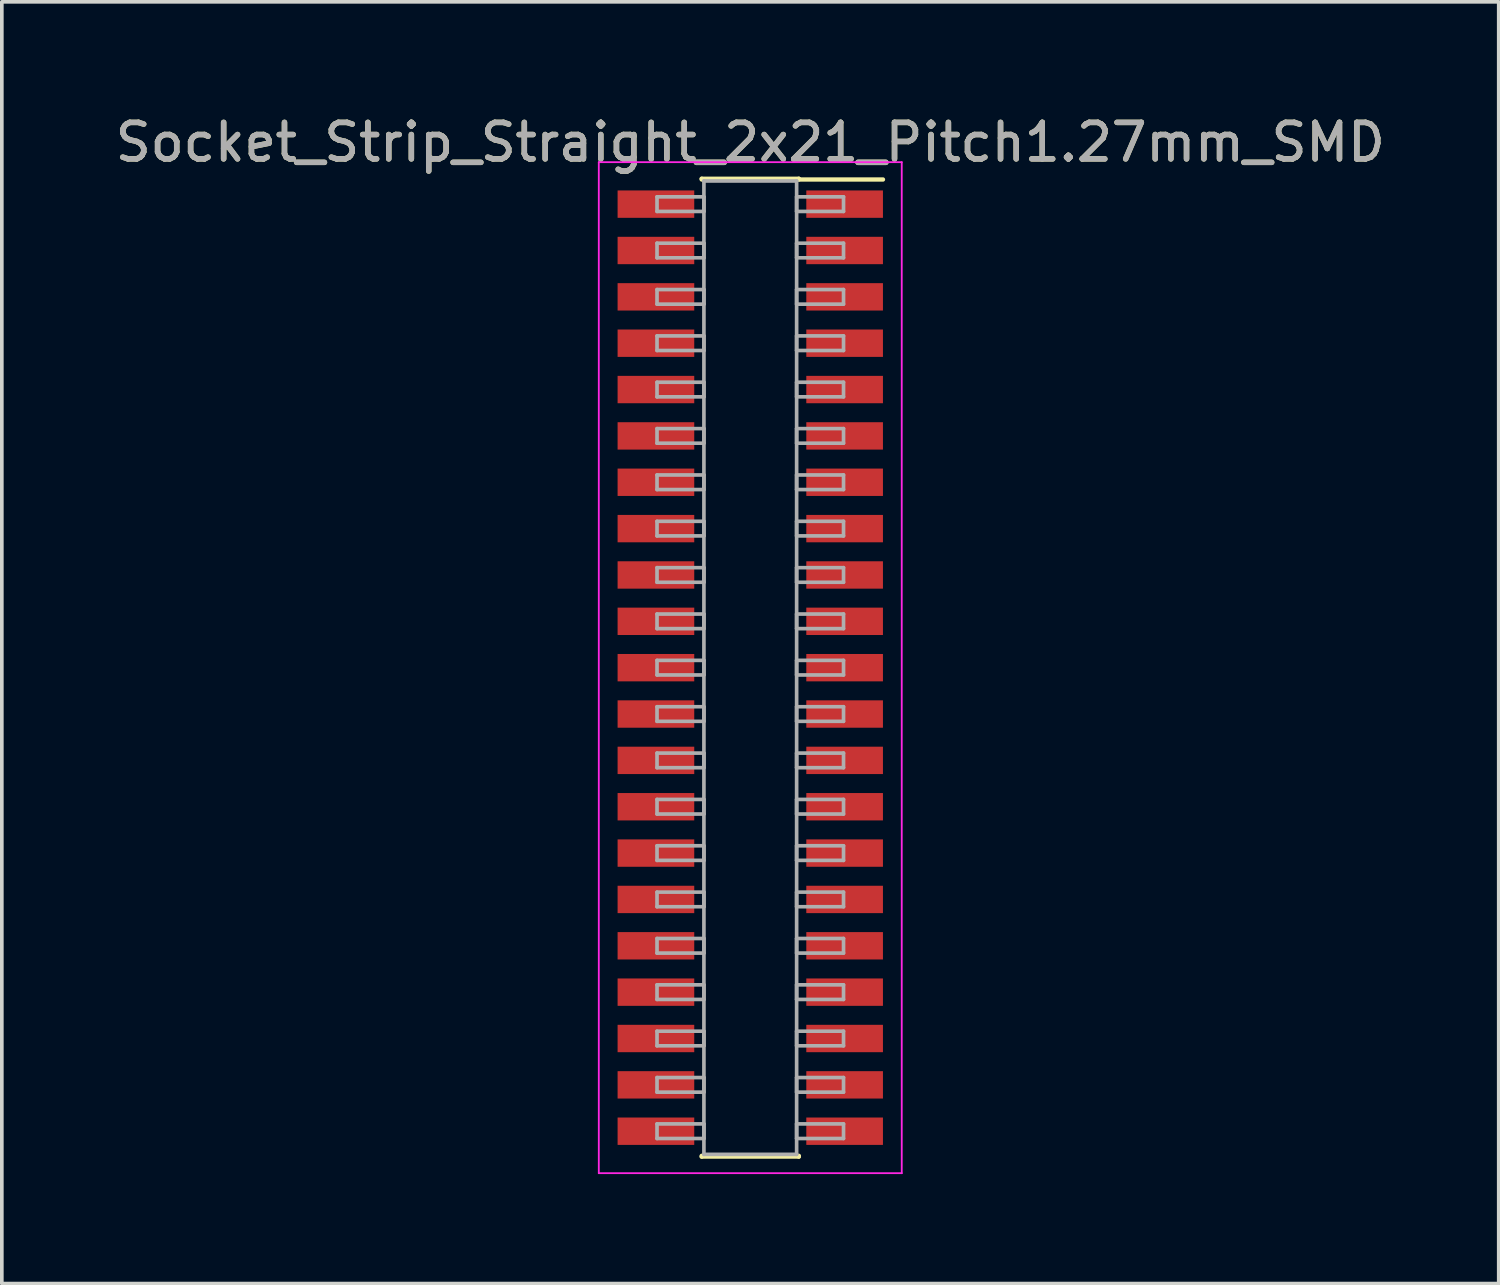
<source format=kicad_pcb>
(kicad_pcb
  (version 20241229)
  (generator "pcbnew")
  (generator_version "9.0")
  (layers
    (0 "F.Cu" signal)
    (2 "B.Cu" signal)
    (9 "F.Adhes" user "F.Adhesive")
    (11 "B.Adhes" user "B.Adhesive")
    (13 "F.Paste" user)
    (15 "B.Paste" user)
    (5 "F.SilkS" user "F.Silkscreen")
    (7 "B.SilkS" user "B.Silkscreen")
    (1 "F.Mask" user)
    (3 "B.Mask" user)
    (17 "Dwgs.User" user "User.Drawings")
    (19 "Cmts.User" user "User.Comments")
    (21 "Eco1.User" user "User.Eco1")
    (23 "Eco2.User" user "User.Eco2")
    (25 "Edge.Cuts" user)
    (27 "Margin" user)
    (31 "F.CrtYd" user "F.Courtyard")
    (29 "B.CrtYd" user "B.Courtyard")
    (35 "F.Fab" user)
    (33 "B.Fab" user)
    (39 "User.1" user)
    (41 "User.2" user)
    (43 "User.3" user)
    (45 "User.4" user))
  (footprint "Socket_Strip_Straight_2x21_Pitch1.27mm_SMD"
    (layer "F.Cu")
    (at 17.506 15.243)
    (property "Reference" "Socket_Strip_Straight_2x21_Pitch1.27mm_SMD" (at 0 -14.395 0) (layer "F.SilkS") (effects (font (size 1 1) (thickness 0.15))))
    (attr smd)
    (fp_line (start -1.33 -13.395) (end 1.33 -13.395) (stroke (width 0.12) (type solid)) (layer "F.SilkS"))
    (fp_line (start -1.33 -13.375) (end -1.33 -13.395) (stroke (width 0.12) (type solid)) (layer "F.SilkS"))
    (fp_line (start -1.33 13.375) (end -1.33 13.395) (stroke (width 0.12) (type solid)) (layer "F.SilkS"))
    (fp_line (start -1.33 13.395) (end 1.33 13.395) (stroke (width 0.12) (type solid)) (layer "F.SilkS"))
    (fp_line (start 1.33 -13.395) (end 1.33 -13.375) (stroke (width 0.12) (type solid)) (layer "F.SilkS"))
    (fp_line (start 1.33 13.395) (end 1.33 13.375) (stroke (width 0.12) (type solid)) (layer "F.SilkS"))
    (fp_line (start 3.635 -13.375) (end 1.33 -13.375) (stroke (width 0.12) (type solid)) (layer "F.SilkS"))
    (fp_line (start -4.15 -13.85) (end -4.15 13.85) (stroke (width 0.05) (type solid)) (layer "F.CrtYd"))
    (fp_line (start -4.15 13.85) (end 4.15 13.85) (stroke (width 0.05) (type solid)) (layer "F.CrtYd"))
    (fp_line (start 4.15 -13.85) (end -4.15 -13.85) (stroke (width 0.05) (type solid)) (layer "F.CrtYd"))
    (fp_line (start 4.15 13.85) (end 4.15 -13.85) (stroke (width 0.05) (type solid)) (layer "F.CrtYd"))
    (fp_line (start -2.555 -12.9) (end -1.27 -12.9) (stroke (width 0.1) (type solid)) (layer "F.Fab"))
    (fp_line (start -2.555 -12.5) (end -2.555 -12.9) (stroke (width 0.1) (type solid)) (layer "F.Fab"))
    (fp_line (start -2.555 -11.63) (end -1.27 -11.63) (stroke (width 0.1) (type solid)) (layer "F.Fab"))
    (fp_line (start -2.555 -11.23) (end -2.555 -11.63) (stroke (width 0.1) (type solid)) (layer "F.Fab"))
    (fp_line (start -2.555 -10.36) (end -1.27 -10.36) (stroke (width 0.1) (type solid)) (layer "F.Fab"))
    (fp_line (start -2.555 -9.96) (end -2.555 -10.36) (stroke (width 0.1) (type solid)) (layer "F.Fab"))
    (fp_line (start -2.555 -9.09) (end -1.27 -9.09) (stroke (width 0.1) (type solid)) (layer "F.Fab"))
    (fp_line (start -2.555 -8.69) (end -2.555 -9.09) (stroke (width 0.1) (type solid)) (layer "F.Fab"))
    (fp_line (start -2.555 -7.82) (end -1.27 -7.82) (stroke (width 0.1) (type solid)) (layer "F.Fab"))
    (fp_line (start -2.555 -7.42) (end -2.555 -7.82) (stroke (width 0.1) (type solid)) (layer "F.Fab"))
    (fp_line (start -2.555 -6.55) (end -1.27 -6.55) (stroke (width 0.1) (type solid)) (layer "F.Fab"))
    (fp_line (start -2.555 -6.15) (end -2.555 -6.55) (stroke (width 0.1) (type solid)) (layer "F.Fab"))
    (fp_line (start -2.555 -5.28) (end -1.27 -5.28) (stroke (width 0.1) (type solid)) (layer "F.Fab"))
    (fp_line (start -2.555 -4.88) (end -2.555 -5.28) (stroke (width 0.1) (type solid)) (layer "F.Fab"))
    (fp_line (start -2.555 -4.01) (end -1.27 -4.01) (stroke (width 0.1) (type solid)) (layer "F.Fab"))
    (fp_line (start -2.555 -3.61) (end -2.555 -4.01) (stroke (width 0.1) (type solid)) (layer "F.Fab"))
    (fp_line (start -2.555 -2.74) (end -1.27 -2.74) (stroke (width 0.1) (type solid)) (layer "F.Fab"))
    (fp_line (start -2.555 -2.34) (end -2.555 -2.74) (stroke (width 0.1) (type solid)) (layer "F.Fab"))
    (fp_line (start -2.555 -1.47) (end -1.27 -1.47) (stroke (width 0.1) (type solid)) (layer "F.Fab"))
    (fp_line (start -2.555 -1.07) (end -2.555 -1.47) (stroke (width 0.1) (type solid)) (layer "F.Fab"))
    (fp_line (start -2.555 -0.2) (end -1.27 -0.2) (stroke (width 0.1) (type solid)) (layer "F.Fab"))
    (fp_line (start -2.555 0.2) (end -2.555 -0.2) (stroke (width 0.1) (type solid)) (layer "F.Fab"))
    (fp_line (start -2.555 1.07) (end -1.27 1.07) (stroke (width 0.1) (type solid)) (layer "F.Fab"))
    (fp_line (start -2.555 1.47) (end -2.555 1.07) (stroke (width 0.1) (type solid)) (layer "F.Fab"))
    (fp_line (start -2.555 2.34) (end -1.27 2.34) (stroke (width 0.1) (type solid)) (layer "F.Fab"))
    (fp_line (start -2.555 2.74) (end -2.555 2.34) (stroke (width 0.1) (type solid)) (layer "F.Fab"))
    (fp_line (start -2.555 3.61) (end -1.27 3.61) (stroke (width 0.1) (type solid)) (layer "F.Fab"))
    (fp_line (start -2.555 4.01) (end -2.555 3.61) (stroke (width 0.1) (type solid)) (layer "F.Fab"))
    (fp_line (start -2.555 4.88) (end -1.27 4.88) (stroke (width 0.1) (type solid)) (layer "F.Fab"))
    (fp_line (start -2.555 5.28) (end -2.555 4.88) (stroke (width 0.1) (type solid)) (layer "F.Fab"))
    (fp_line (start -2.555 6.15) (end -1.27 6.15) (stroke (width 0.1) (type solid)) (layer "F.Fab"))
    (fp_line (start -2.555 6.55) (end -2.555 6.15) (stroke (width 0.1) (type solid)) (layer "F.Fab"))
    (fp_line (start -2.555 7.42) (end -1.27 7.42) (stroke (width 0.1) (type solid)) (layer "F.Fab"))
    (fp_line (start -2.555 7.82) (end -2.555 7.42) (stroke (width 0.1) (type solid)) (layer "F.Fab"))
    (fp_line (start -2.555 8.69) (end -1.27 8.69) (stroke (width 0.1) (type solid)) (layer "F.Fab"))
    (fp_line (start -2.555 9.09) (end -2.555 8.69) (stroke (width 0.1) (type solid)) (layer "F.Fab"))
    (fp_line (start -2.555 9.96) (end -1.27 9.96) (stroke (width 0.1) (type solid)) (layer "F.Fab"))
    (fp_line (start -2.555 10.36) (end -2.555 9.96) (stroke (width 0.1) (type solid)) (layer "F.Fab"))
    (fp_line (start -2.555 11.23) (end -1.27 11.23) (stroke (width 0.1) (type solid)) (layer "F.Fab"))
    (fp_line (start -2.555 11.63) (end -2.555 11.23) (stroke (width 0.1) (type solid)) (layer "F.Fab"))
    (fp_line (start -2.555 12.5) (end -1.27 12.5) (stroke (width 0.1) (type solid)) (layer "F.Fab"))
    (fp_line (start -2.555 12.9) (end -2.555 12.5) (stroke (width 0.1) (type solid)) (layer "F.Fab"))
    (fp_line (start -1.27 -13.335) (end -1.27 13.335) (stroke (width 0.1) (type solid)) (layer "F.Fab"))
    (fp_line (start -1.27 -12.9) (end -1.27 -12.5) (stroke (width 0.1) (type solid)) (layer "F.Fab"))
    (fp_line (start -1.27 -12.5) (end -2.555 -12.5) (stroke (width 0.1) (type solid)) (layer "F.Fab"))
    (fp_line (start -1.27 -11.63) (end -1.27 -11.23) (stroke (width 0.1) (type solid)) (layer "F.Fab"))
    (fp_line (start -1.27 -11.23) (end -2.555 -11.23) (stroke (width 0.1) (type solid)) (layer "F.Fab"))
    (fp_line (start -1.27 -10.36) (end -1.27 -9.96) (stroke (width 0.1) (type solid)) (layer "F.Fab"))
    (fp_line (start -1.27 -9.96) (end -2.555 -9.96) (stroke (width 0.1) (type solid)) (layer "F.Fab"))
    (fp_line (start -1.27 -9.09) (end -1.27 -8.69) (stroke (width 0.1) (type solid)) (layer "F.Fab"))
    (fp_line (start -1.27 -8.69) (end -2.555 -8.69) (stroke (width 0.1) (type solid)) (layer "F.Fab"))
    (fp_line (start -1.27 -7.82) (end -1.27 -7.42) (stroke (width 0.1) (type solid)) (layer "F.Fab"))
    (fp_line (start -1.27 -7.42) (end -2.555 -7.42) (stroke (width 0.1) (type solid)) (layer "F.Fab"))
    (fp_line (start -1.27 -6.55) (end -1.27 -6.15) (stroke (width 0.1) (type solid)) (layer "F.Fab"))
    (fp_line (start -1.27 -6.15) (end -2.555 -6.15) (stroke (width 0.1) (type solid)) (layer "F.Fab"))
    (fp_line (start -1.27 -5.28) (end -1.27 -4.88) (stroke (width 0.1) (type solid)) (layer "F.Fab"))
    (fp_line (start -1.27 -4.88) (end -2.555 -4.88) (stroke (width 0.1) (type solid)) (layer "F.Fab"))
    (fp_line (start -1.27 -4.01) (end -1.27 -3.61) (stroke (width 0.1) (type solid)) (layer "F.Fab"))
    (fp_line (start -1.27 -3.61) (end -2.555 -3.61) (stroke (width 0.1) (type solid)) (layer "F.Fab"))
    (fp_line (start -1.27 -2.74) (end -1.27 -2.34) (stroke (width 0.1) (type solid)) (layer "F.Fab"))
    (fp_line (start -1.27 -2.34) (end -2.555 -2.34) (stroke (width 0.1) (type solid)) (layer "F.Fab"))
    (fp_line (start -1.27 -1.47) (end -1.27 -1.07) (stroke (width 0.1) (type solid)) (layer "F.Fab"))
    (fp_line (start -1.27 -1.07) (end -2.555 -1.07) (stroke (width 0.1) (type solid)) (layer "F.Fab"))
    (fp_line (start -1.27 -0.2) (end -1.27 0.2) (stroke (width 0.1) (type solid)) (layer "F.Fab"))
    (fp_line (start -1.27 0.2) (end -2.555 0.2) (stroke (width 0.1) (type solid)) (layer "F.Fab"))
    (fp_line (start -1.27 1.07) (end -1.27 1.47) (stroke (width 0.1) (type solid)) (layer "F.Fab"))
    (fp_line (start -1.27 1.47) (end -2.555 1.47) (stroke (width 0.1) (type solid)) (layer "F.Fab"))
    (fp_line (start -1.27 2.34) (end -1.27 2.74) (stroke (width 0.1) (type solid)) (layer "F.Fab"))
    (fp_line (start -1.27 2.74) (end -2.555 2.74) (stroke (width 0.1) (type solid)) (layer "F.Fab"))
    (fp_line (start -1.27 3.61) (end -1.27 4.01) (stroke (width 0.1) (type solid)) (layer "F.Fab"))
    (fp_line (start -1.27 4.01) (end -2.555 4.01) (stroke (width 0.1) (type solid)) (layer "F.Fab"))
    (fp_line (start -1.27 4.88) (end -1.27 5.28) (stroke (width 0.1) (type solid)) (layer "F.Fab"))
    (fp_line (start -1.27 5.28) (end -2.555 5.28) (stroke (width 0.1) (type solid)) (layer "F.Fab"))
    (fp_line (start -1.27 6.15) (end -1.27 6.55) (stroke (width 0.1) (type solid)) (layer "F.Fab"))
    (fp_line (start -1.27 6.55) (end -2.555 6.55) (stroke (width 0.1) (type solid)) (layer "F.Fab"))
    (fp_line (start -1.27 7.42) (end -1.27 7.82) (stroke (width 0.1) (type solid)) (layer "F.Fab"))
    (fp_line (start -1.27 7.82) (end -2.555 7.82) (stroke (width 0.1) (type solid)) (layer "F.Fab"))
    (fp_line (start -1.27 8.69) (end -1.27 9.09) (stroke (width 0.1) (type solid)) (layer "F.Fab"))
    (fp_line (start -1.27 9.09) (end -2.555 9.09) (stroke (width 0.1) (type solid)) (layer "F.Fab"))
    (fp_line (start -1.27 9.96) (end -1.27 10.36) (stroke (width 0.1) (type solid)) (layer "F.Fab"))
    (fp_line (start -1.27 10.36) (end -2.555 10.36) (stroke (width 0.1) (type solid)) (layer "F.Fab"))
    (fp_line (start -1.27 11.23) (end -1.27 11.63) (stroke (width 0.1) (type solid)) (layer "F.Fab"))
    (fp_line (start -1.27 11.63) (end -2.555 11.63) (stroke (width 0.1) (type solid)) (layer "F.Fab"))
    (fp_line (start -1.27 12.5) (end -1.27 12.9) (stroke (width 0.1) (type solid)) (layer "F.Fab"))
    (fp_line (start -1.27 12.9) (end -2.555 12.9) (stroke (width 0.1) (type solid)) (layer "F.Fab"))
    (fp_line (start -1.27 13.335) (end 1.27 13.335) (stroke (width 0.1) (type solid)) (layer "F.Fab"))
    (fp_line (start 1.27 -13.335) (end -1.27 -13.335) (stroke (width 0.1) (type solid)) (layer "F.Fab"))
    (fp_line (start 1.27 -12.9) (end 1.27 -12.5) (stroke (width 0.1) (type solid)) (layer "F.Fab"))
    (fp_line (start 1.27 -12.5) (end 2.555 -12.5) (stroke (width 0.1) (type solid)) (layer "F.Fab"))
    (fp_line (start 1.27 -11.63) (end 1.27 -11.23) (stroke (width 0.1) (type solid)) (layer "F.Fab"))
    (fp_line (start 1.27 -11.23) (end 2.555 -11.23) (stroke (width 0.1) (type solid)) (layer "F.Fab"))
    (fp_line (start 1.27 -10.36) (end 1.27 -9.96) (stroke (width 0.1) (type solid)) (layer "F.Fab"))
    (fp_line (start 1.27 -9.96) (end 2.555 -9.96) (stroke (width 0.1) (type solid)) (layer "F.Fab"))
    (fp_line (start 1.27 -9.09) (end 1.27 -8.69) (stroke (width 0.1) (type solid)) (layer "F.Fab"))
    (fp_line (start 1.27 -8.69) (end 2.555 -8.69) (stroke (width 0.1) (type solid)) (layer "F.Fab"))
    (fp_line (start 1.27 -7.82) (end 1.27 -7.42) (stroke (width 0.1) (type solid)) (layer "F.Fab"))
    (fp_line (start 1.27 -7.42) (end 2.555 -7.42) (stroke (width 0.1) (type solid)) (layer "F.Fab"))
    (fp_line (start 1.27 -6.55) (end 1.27 -6.15) (stroke (width 0.1) (type solid)) (layer "F.Fab"))
    (fp_line (start 1.27 -6.15) (end 2.555 -6.15) (stroke (width 0.1) (type solid)) (layer "F.Fab"))
    (fp_line (start 1.27 -5.28) (end 1.27 -4.88) (stroke (width 0.1) (type solid)) (layer "F.Fab"))
    (fp_line (start 1.27 -4.88) (end 2.555 -4.88) (stroke (width 0.1) (type solid)) (layer "F.Fab"))
    (fp_line (start 1.27 -4.01) (end 1.27 -3.61) (stroke (width 0.1) (type solid)) (layer "F.Fab"))
    (fp_line (start 1.27 -3.61) (end 2.555 -3.61) (stroke (width 0.1) (type solid)) (layer "F.Fab"))
    (fp_line (start 1.27 -2.74) (end 1.27 -2.34) (stroke (width 0.1) (type solid)) (layer "F.Fab"))
    (fp_line (start 1.27 -2.34) (end 2.555 -2.34) (stroke (width 0.1) (type solid)) (layer "F.Fab"))
    (fp_line (start 1.27 -1.47) (end 1.27 -1.07) (stroke (width 0.1) (type solid)) (layer "F.Fab"))
    (fp_line (start 1.27 -1.07) (end 2.555 -1.07) (stroke (width 0.1) (type solid)) (layer "F.Fab"))
    (fp_line (start 1.27 -0.2) (end 1.27 0.2) (stroke (width 0.1) (type solid)) (layer "F.Fab"))
    (fp_line (start 1.27 0.2) (end 2.555 0.2) (stroke (width 0.1) (type solid)) (layer "F.Fab"))
    (fp_line (start 1.27 1.07) (end 1.27 1.47) (stroke (width 0.1) (type solid)) (layer "F.Fab"))
    (fp_line (start 1.27 1.47) (end 2.555 1.47) (stroke (width 0.1) (type solid)) (layer "F.Fab"))
    (fp_line (start 1.27 2.34) (end 1.27 2.74) (stroke (width 0.1) (type solid)) (layer "F.Fab"))
    (fp_line (start 1.27 2.74) (end 2.555 2.74) (stroke (width 0.1) (type solid)) (layer "F.Fab"))
    (fp_line (start 1.27 3.61) (end 1.27 4.01) (stroke (width 0.1) (type solid)) (layer "F.Fab"))
    (fp_line (start 1.27 4.01) (end 2.555 4.01) (stroke (width 0.1) (type solid)) (layer "F.Fab"))
    (fp_line (start 1.27 4.88) (end 1.27 5.28) (stroke (width 0.1) (type solid)) (layer "F.Fab"))
    (fp_line (start 1.27 5.28) (end 2.555 5.28) (stroke (width 0.1) (type solid)) (layer "F.Fab"))
    (fp_line (start 1.27 6.15) (end 1.27 6.55) (stroke (width 0.1) (type solid)) (layer "F.Fab"))
    (fp_line (start 1.27 6.55) (end 2.555 6.55) (stroke (width 0.1) (type solid)) (layer "F.Fab"))
    (fp_line (start 1.27 7.42) (end 1.27 7.82) (stroke (width 0.1) (type solid)) (layer "F.Fab"))
    (fp_line (start 1.27 7.82) (end 2.555 7.82) (stroke (width 0.1) (type solid)) (layer "F.Fab"))
    (fp_line (start 1.27 8.69) (end 1.27 9.09) (stroke (width 0.1) (type solid)) (layer "F.Fab"))
    (fp_line (start 1.27 9.09) (end 2.555 9.09) (stroke (width 0.1) (type solid)) (layer "F.Fab"))
    (fp_line (start 1.27 9.96) (end 1.27 10.36) (stroke (width 0.1) (type solid)) (layer "F.Fab"))
    (fp_line (start 1.27 10.36) (end 2.555 10.36) (stroke (width 0.1) (type solid)) (layer "F.Fab"))
    (fp_line (start 1.27 11.23) (end 1.27 11.63) (stroke (width 0.1) (type solid)) (layer "F.Fab"))
    (fp_line (start 1.27 11.63) (end 2.555 11.63) (stroke (width 0.1) (type solid)) (layer "F.Fab"))
    (fp_line (start 1.27 12.5) (end 1.27 12.9) (stroke (width 0.1) (type solid)) (layer "F.Fab"))
    (fp_line (start 1.27 12.9) (end 2.555 12.9) (stroke (width 0.1) (type solid)) (layer "F.Fab"))
    (fp_line (start 1.27 13.335) (end 1.27 -13.335) (stroke (width 0.1) (type solid)) (layer "F.Fab"))
    (fp_line (start 2.555 -12.9) (end 1.27 -12.9) (stroke (width 0.1) (type solid)) (layer "F.Fab"))
    (fp_line (start 2.555 -12.5) (end 2.555 -12.9) (stroke (width 0.1) (type solid)) (layer "F.Fab"))
    (fp_line (start 2.555 -11.63) (end 1.27 -11.63) (stroke (width 0.1) (type solid)) (layer "F.Fab"))
    (fp_line (start 2.555 -11.23) (end 2.555 -11.63) (stroke (width 0.1) (type solid)) (layer "F.Fab"))
    (fp_line (start 2.555 -10.36) (end 1.27 -10.36) (stroke (width 0.1) (type solid)) (layer "F.Fab"))
    (fp_line (start 2.555 -9.96) (end 2.555 -10.36) (stroke (width 0.1) (type solid)) (layer "F.Fab"))
    (fp_line (start 2.555 -9.09) (end 1.27 -9.09) (stroke (width 0.1) (type solid)) (layer "F.Fab"))
    (fp_line (start 2.555 -8.69) (end 2.555 -9.09) (stroke (width 0.1) (type solid)) (layer "F.Fab"))
    (fp_line (start 2.555 -7.82) (end 1.27 -7.82) (stroke (width 0.1) (type solid)) (layer "F.Fab"))
    (fp_line (start 2.555 -7.42) (end 2.555 -7.82) (stroke (width 0.1) (type solid)) (layer "F.Fab"))
    (fp_line (start 2.555 -6.55) (end 1.27 -6.55) (stroke (width 0.1) (type solid)) (layer "F.Fab"))
    (fp_line (start 2.555 -6.15) (end 2.555 -6.55) (stroke (width 0.1) (type solid)) (layer "F.Fab"))
    (fp_line (start 2.555 -5.28) (end 1.27 -5.28) (stroke (width 0.1) (type solid)) (layer "F.Fab"))
    (fp_line (start 2.555 -4.88) (end 2.555 -5.28) (stroke (width 0.1) (type solid)) (layer "F.Fab"))
    (fp_line (start 2.555 -4.01) (end 1.27 -4.01) (stroke (width 0.1) (type solid)) (layer "F.Fab"))
    (fp_line (start 2.555 -3.61) (end 2.555 -4.01) (stroke (width 0.1) (type solid)) (layer "F.Fab"))
    (fp_line (start 2.555 -2.74) (end 1.27 -2.74) (stroke (width 0.1) (type solid)) (layer "F.Fab"))
    (fp_line (start 2.555 -2.34) (end 2.555 -2.74) (stroke (width 0.1) (type solid)) (layer "F.Fab"))
    (fp_line (start 2.555 -1.47) (end 1.27 -1.47) (stroke (width 0.1) (type solid)) (layer "F.Fab"))
    (fp_line (start 2.555 -1.07) (end 2.555 -1.47) (stroke (width 0.1) (type solid)) (layer "F.Fab"))
    (fp_line (start 2.555 -0.2) (end 1.27 -0.2) (stroke (width 0.1) (type solid)) (layer "F.Fab"))
    (fp_line (start 2.555 0.2) (end 2.555 -0.2) (stroke (width 0.1) (type solid)) (layer "F.Fab"))
    (fp_line (start 2.555 1.07) (end 1.27 1.07) (stroke (width 0.1) (type solid)) (layer "F.Fab"))
    (fp_line (start 2.555 1.47) (end 2.555 1.07) (stroke (width 0.1) (type solid)) (layer "F.Fab"))
    (fp_line (start 2.555 2.34) (end 1.27 2.34) (stroke (width 0.1) (type solid)) (layer "F.Fab"))
    (fp_line (start 2.555 2.74) (end 2.555 2.34) (stroke (width 0.1) (type solid)) (layer "F.Fab"))
    (fp_line (start 2.555 3.61) (end 1.27 3.61) (stroke (width 0.1) (type solid)) (layer "F.Fab"))
    (fp_line (start 2.555 4.01) (end 2.555 3.61) (stroke (width 0.1) (type solid)) (layer "F.Fab"))
    (fp_line (start 2.555 4.88) (end 1.27 4.88) (stroke (width 0.1) (type solid)) (layer "F.Fab"))
    (fp_line (start 2.555 5.28) (end 2.555 4.88) (stroke (width 0.1) (type solid)) (layer "F.Fab"))
    (fp_line (start 2.555 6.15) (end 1.27 6.15) (stroke (width 0.1) (type solid)) (layer "F.Fab"))
    (fp_line (start 2.555 6.55) (end 2.555 6.15) (stroke (width 0.1) (type solid)) (layer "F.Fab"))
    (fp_line (start 2.555 7.42) (end 1.27 7.42) (stroke (width 0.1) (type solid)) (layer "F.Fab"))
    (fp_line (start 2.555 7.82) (end 2.555 7.42) (stroke (width 0.1) (type solid)) (layer "F.Fab"))
    (fp_line (start 2.555 8.69) (end 1.27 8.69) (stroke (width 0.1) (type solid)) (layer "F.Fab"))
    (fp_line (start 2.555 9.09) (end 2.555 8.69) (stroke (width 0.1) (type solid)) (layer "F.Fab"))
    (fp_line (start 2.555 9.96) (end 1.27 9.96) (stroke (width 0.1) (type solid)) (layer "F.Fab"))
    (fp_line (start 2.555 10.36) (end 2.555 9.96) (stroke (width 0.1) (type solid)) (layer "F.Fab"))
    (fp_line (start 2.555 11.23) (end 1.27 11.23) (stroke (width 0.1) (type solid)) (layer "F.Fab"))
    (fp_line (start 2.555 11.63) (end 2.555 11.23) (stroke (width 0.1) (type solid)) (layer "F.Fab"))
    (fp_line (start 2.555 12.5) (end 1.27 12.5) (stroke (width 0.1) (type solid)) (layer "F.Fab"))
    (fp_line (start 2.555 12.9) (end 2.555 12.5) (stroke (width 0.1) (type solid)) (layer "F.Fab"))
    (fp_text user "${REFERENCE}" (at 0 -14.395 0) (layer "F.Fab") (effects (font (size 1 1) (thickness 0.15))))
    (pad "1" smd rect (at 2.585 -12.7) (size 2.1 0.75) (layers "F.Cu" "F.Mask" "F.Paste"))
    (pad "2" smd rect (at -2.585 -12.7) (size 2.1 0.75) (layers "F.Cu" "F.Mask" "F.Paste"))
    (pad "3" smd rect (at 2.585 -11.43) (size 2.1 0.75) (layers "F.Cu" "F.Mask" "F.Paste"))
    (pad "4" smd rect (at -2.585 -11.43) (size 2.1 0.75) (layers "F.Cu" "F.Mask" "F.Paste"))
    (pad "5" smd rect (at 2.585 -10.16) (size 2.1 0.75) (layers "F.Cu" "F.Mask" "F.Paste"))
    (pad "6" smd rect (at -2.585 -10.16) (size 2.1 0.75) (layers "F.Cu" "F.Mask" "F.Paste"))
    (pad "7" smd rect (at 2.585 -8.89) (size 2.1 0.75) (layers "F.Cu" "F.Mask" "F.Paste"))
    (pad "8" smd rect (at -2.585 -8.89) (size 2.1 0.75) (layers "F.Cu" "F.Mask" "F.Paste"))
    (pad "9" smd rect (at 2.585 -7.62) (size 2.1 0.75) (layers "F.Cu" "F.Mask" "F.Paste"))
    (pad "10" smd rect (at -2.585 -7.62) (size 2.1 0.75) (layers "F.Cu" "F.Mask" "F.Paste"))
    (pad "11" smd rect (at 2.585 -6.35) (size 2.1 0.75) (layers "F.Cu" "F.Mask" "F.Paste"))
    (pad "12" smd rect (at -2.585 -6.35) (size 2.1 0.75) (layers "F.Cu" "F.Mask" "F.Paste"))
    (pad "13" smd rect (at 2.585 -5.08) (size 2.1 0.75) (layers "F.Cu" "F.Mask" "F.Paste"))
    (pad "14" smd rect (at -2.585 -5.08) (size 2.1 0.75) (layers "F.Cu" "F.Mask" "F.Paste"))
    (pad "15" smd rect (at 2.585 -3.81) (size 2.1 0.75) (layers "F.Cu" "F.Mask" "F.Paste"))
    (pad "16" smd rect (at -2.585 -3.81) (size 2.1 0.75) (layers "F.Cu" "F.Mask" "F.Paste"))
    (pad "17" smd rect (at 2.585 -2.54) (size 2.1 0.75) (layers "F.Cu" "F.Mask" "F.Paste"))
    (pad "18" smd rect (at -2.585 -2.54) (size 2.1 0.75) (layers "F.Cu" "F.Mask" "F.Paste"))
    (pad "19" smd rect (at 2.585 -1.27) (size 2.1 0.75) (layers "F.Cu" "F.Mask" "F.Paste"))
    (pad "20" smd rect (at -2.585 -1.27) (size 2.1 0.75) (layers "F.Cu" "F.Mask" "F.Paste"))
    (pad "21" smd rect (at 2.585 0) (size 2.1 0.75) (layers "F.Cu" "F.Mask" "F.Paste"))
    (pad "22" smd rect (at -2.585 0) (size 2.1 0.75) (layers "F.Cu" "F.Mask" "F.Paste"))
    (pad "23" smd rect (at 2.585 1.27) (size 2.1 0.75) (layers "F.Cu" "F.Mask" "F.Paste"))
    (pad "24" smd rect (at -2.585 1.27) (size 2.1 0.75) (layers "F.Cu" "F.Mask" "F.Paste"))
    (pad "25" smd rect (at 2.585 2.54) (size 2.1 0.75) (layers "F.Cu" "F.Mask" "F.Paste"))
    (pad "26" smd rect (at -2.585 2.54) (size 2.1 0.75) (layers "F.Cu" "F.Mask" "F.Paste"))
    (pad "27" smd rect (at 2.585 3.81) (size 2.1 0.75) (layers "F.Cu" "F.Mask" "F.Paste"))
    (pad "28" smd rect (at -2.585 3.81) (size 2.1 0.75) (layers "F.Cu" "F.Mask" "F.Paste"))
    (pad "29" smd rect (at 2.585 5.08) (size 2.1 0.75) (layers "F.Cu" "F.Mask" "F.Paste"))
    (pad "30" smd rect (at -2.585 5.08) (size 2.1 0.75) (layers "F.Cu" "F.Mask" "F.Paste"))
    (pad "31" smd rect (at 2.585 6.35) (size 2.1 0.75) (layers "F.Cu" "F.Mask" "F.Paste"))
    (pad "32" smd rect (at -2.585 6.35) (size 2.1 0.75) (layers "F.Cu" "F.Mask" "F.Paste"))
    (pad "33" smd rect (at 2.585 7.62) (size 2.1 0.75) (layers "F.Cu" "F.Mask" "F.Paste"))
    (pad "34" smd rect (at -2.585 7.62) (size 2.1 0.75) (layers "F.Cu" "F.Mask" "F.Paste"))
    (pad "35" smd rect (at 2.585 8.89) (size 2.1 0.75) (layers "F.Cu" "F.Mask" "F.Paste"))
    (pad "36" smd rect (at -2.585 8.89) (size 2.1 0.75) (layers "F.Cu" "F.Mask" "F.Paste"))
    (pad "37" smd rect (at 2.585 10.16) (size 2.1 0.75) (layers "F.Cu" "F.Mask" "F.Paste"))
    (pad "38" smd rect (at -2.585 10.16) (size 2.1 0.75) (layers "F.Cu" "F.Mask" "F.Paste"))
    (pad "39" smd rect (at 2.585 11.43) (size 2.1 0.75) (layers "F.Cu" "F.Mask" "F.Paste"))
    (pad "40" smd rect (at -2.585 11.43) (size 2.1 0.75) (layers "F.Cu" "F.Mask" "F.Paste"))
    (pad "41" smd rect (at 2.585 12.7) (size 2.1 0.75) (layers "F.Cu" "F.Mask" "F.Paste"))
    (pad "42" smd rect (at -2.585 12.7) (size 2.1 0.75) (layers "F.Cu" "F.Mask" "F.Paste")))
  (gr_rect
    (start -3 -3)
    (end 38.012 32.118)
    (stroke (width 0.1) (type default))
    (fill no)
    (layer "Edge.Cuts")))
</source>
